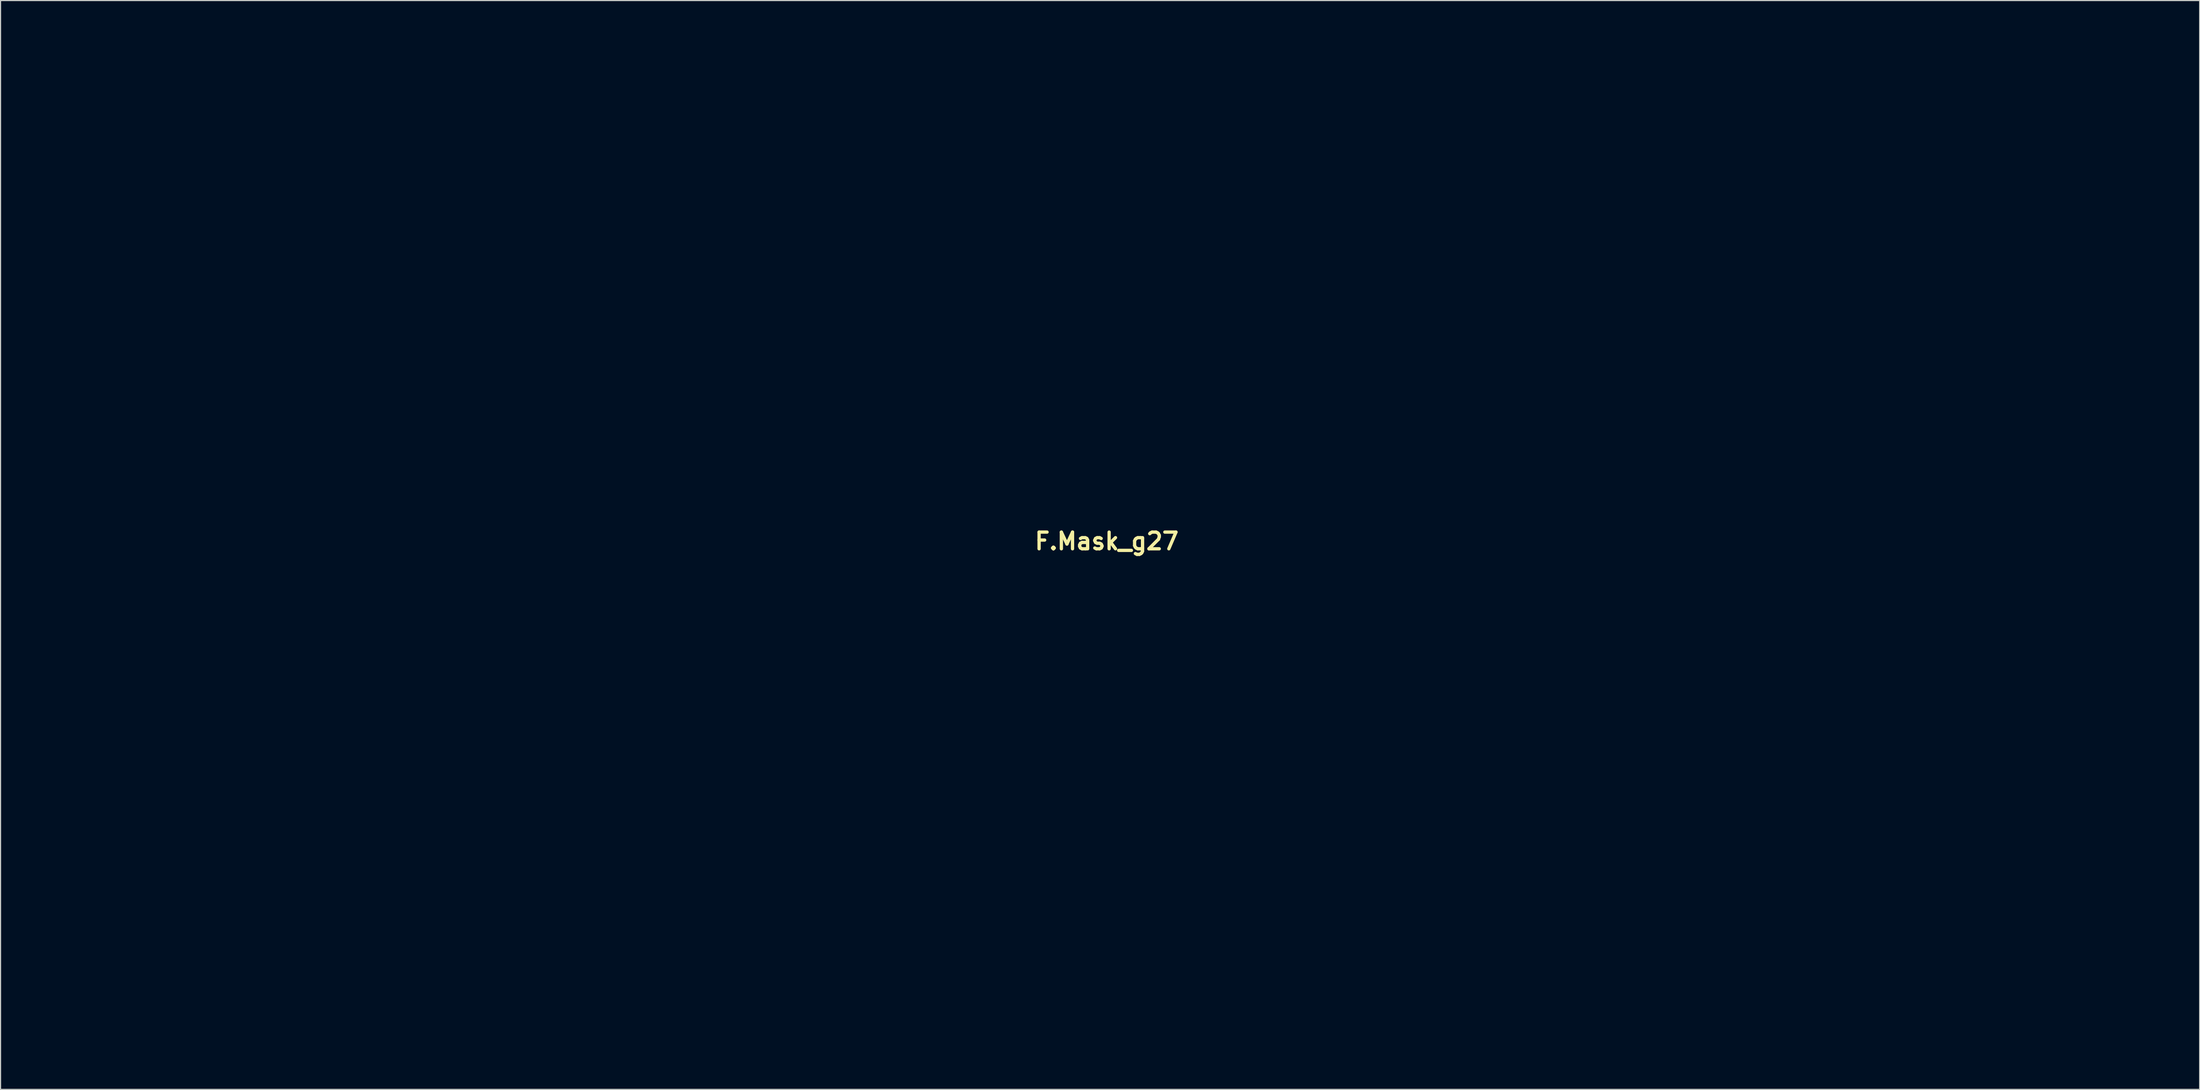
<source format=kicad_pcb>
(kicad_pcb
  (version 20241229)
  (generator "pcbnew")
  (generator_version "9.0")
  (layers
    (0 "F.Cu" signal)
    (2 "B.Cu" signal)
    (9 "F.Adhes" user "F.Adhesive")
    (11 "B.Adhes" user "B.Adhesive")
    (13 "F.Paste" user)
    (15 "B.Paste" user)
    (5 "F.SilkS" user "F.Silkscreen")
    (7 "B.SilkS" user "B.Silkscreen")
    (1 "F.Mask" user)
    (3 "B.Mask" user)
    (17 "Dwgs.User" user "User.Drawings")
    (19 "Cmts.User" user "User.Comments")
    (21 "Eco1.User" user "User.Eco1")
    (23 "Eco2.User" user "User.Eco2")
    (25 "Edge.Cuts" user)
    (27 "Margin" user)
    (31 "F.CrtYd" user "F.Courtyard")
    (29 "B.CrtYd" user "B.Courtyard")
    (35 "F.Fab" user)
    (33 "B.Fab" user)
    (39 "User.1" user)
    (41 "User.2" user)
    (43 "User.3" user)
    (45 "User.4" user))
  (footprint "F.Mask_g27"
    (layer "F.Cu")
    (at 97.869 46.332)
    (property "Reference" "F.Mask_g27" (at 0 0 0) (layer "F.SilkS") (effects (font (size 1.524 1.524) (thickness 0.3))))
    (attr through_hole)
    (fp_poly (pts (xy -50.299 -46.291) (xy -48.875 -46.214) (xy -47.448 -46.095) (xy -47.181 -46.068) (xy -45.872 -45.915) (xy -44.577 -45.729) (xy -43.294 -45.508) (xy -42.021 -45.252) (xy -40.755 -44.96) (xy -39.493 -44.632) (xy -38.233 -44.267) (xy -36.973 -43.864) (xy -35.711 -43.423) (xy -34.443 -42.943) (xy -33.167 -42.423) (xy -32.427 -42.105) (xy -31.296 -41.595) (xy -30.147 -41.049) (xy -28.983 -40.468) (xy -27.806 -39.854) (xy -26.619 -39.207) (xy -25.424 -38.53) (xy -24.224 -37.824) (xy -23.02 -37.089) (xy -21.815 -36.327) (xy -20.611 -35.541) (xy -19.411 -34.73) (xy -18.216 -33.897) (xy -17.178 -33.151) (xy -16.453 -32.618) (xy -15.738 -32.083) (xy -15.029 -31.544) (xy -14.324 -30.999) (xy -13.621 -30.446) (xy -12.918 -29.882) (xy -12.212 -29.307) (xy -11.5 -28.717) (xy -10.782 -28.112) (xy -10.054 -27.489) (xy -9.313 -26.846) (xy -8.558 -26.18) (xy -7.786 -25.492) (xy -6.995 -24.777) (xy -6.183 -24.034) (xy -5.346 -23.262) (xy -5.016 -22.955) (xy -4.931 -22.875) (xy -4.817 -22.769) (xy -4.68 -22.641) (xy -4.522 -22.494) (xy -4.347 -22.331) (xy -4.158 -22.155) (xy -3.959 -21.97) (xy -3.754 -21.779) (xy -3.546 -21.585) (xy -3.338 -21.391) (xy -3.323 -21.377) (xy -2.971 -21.049) (xy -2.649 -20.749) (xy -2.355 -20.475) (xy -2.089 -20.227) (xy -1.849 -20.003) (xy -1.633 -19.803) (xy -1.441 -19.624) (xy -1.271 -19.467) (xy -1.123 -19.33) (xy -0.994 -19.211) (xy -0.884 -19.109) (xy -0.792 -19.025) (xy -0.716 -18.955) (xy -0.654 -18.9) (xy -0.607 -18.858) (xy -0.572 -18.827) (xy -0.548 -18.808) (xy -0.535 -18.798) (xy -0.531 -18.796) (xy -0.497 -18.811) (xy -0.436 -18.855) (xy -0.348 -18.929) (xy -0.232 -19.033) (xy -0.088 -19.168) (xy 0.083 -19.332) (xy 0.282 -19.527) (xy 0.51 -19.753) (xy 0.766 -20.01) (xy 0.934 -20.179) (xy 2.516 -21.752) (xy 4.11 -23.286) (xy 5.717 -24.779) (xy 7.337 -26.232) (xy 8.97 -27.645) (xy 10.616 -29.019) (xy 12.276 -30.352) (xy 13.949 -31.647) (xy 15.636 -32.902) (xy 17.336 -34.118) (xy 19.051 -35.295) (xy 19.526 -35.612) (xy 20.726 -36.398) (xy 21.905 -37.148) (xy 23.067 -37.863) (xy 24.212 -38.543) (xy 25.342 -39.19) (xy 26.459 -39.805) (xy 27.563 -40.387) (xy 28.658 -40.939) (xy 29.744 -41.46) (xy 30.822 -41.951) (xy 31.895 -42.414) (xy 32.964 -42.849) (xy 34.031 -43.257) (xy 35.096 -43.639) (xy 35.862 -43.898) (xy 37.199 -44.315) (xy 38.548 -44.693) (xy 39.908 -45.032) (xy 41.277 -45.332) (xy 42.655 -45.591) (xy 44.038 -45.811) (xy 45.426 -45.991) (xy 46.818 -46.13) (xy 48.21 -46.229) (xy 49.603 -46.288) (xy 50.994 -46.305) (xy 52.382 -46.281) (xy 53.764 -46.217) (xy 55.141 -46.111) (xy 55.15 -46.11) (xy 56.461 -45.971) (xy 57.778 -45.796) (xy 59.096 -45.588) (xy 60.41 -45.346) (xy 61.715 -45.071) (xy 63.006 -44.766) (xy 64.28 -44.429) (xy 65.532 -44.064) (xy 66.757 -43.67) (xy 66.973 -43.596) (xy 68.252 -43.137) (xy 69.504 -42.648) (xy 70.729 -42.125) (xy 71.93 -41.57) (xy 73.11 -40.981) (xy 74.269 -40.357) (xy 75.411 -39.696) (xy 76.536 -38.999) (xy 77.647 -38.263) (xy 78.348 -37.774) (xy 79.275 -37.093) (xy 80.181 -36.382) (xy 81.068 -35.639) (xy 81.936 -34.865) (xy 82.785 -34.057) (xy 83.617 -33.217) (xy 84.432 -32.342) (xy 85.231 -31.432) (xy 86.014 -30.486) (xy 86.782 -29.504) (xy 87.537 -28.484) (xy 88.278 -27.426) (xy 89.006 -26.329) (xy 89.723 -25.192) (xy 90.051 -24.653) (xy 90.52 -23.858) (xy 90.959 -23.085) (xy 91.372 -22.328) (xy 91.762 -21.582) (xy 92.13 -20.841) (xy 92.479 -20.1) (xy 92.813 -19.353) (xy 93.135 -18.595) (xy 93.346 -18.074) (xy 93.807 -16.859) (xy 94.236 -15.62) (xy 94.632 -14.359) (xy 94.994 -13.077) (xy 95.322 -11.779) (xy 95.615 -10.466) (xy 95.873 -9.141) (xy 96.094 -7.808) (xy 96.278 -6.468) (xy 96.425 -5.125) (xy 96.497 -4.286) (xy 96.534 -3.794) (xy 96.564 -3.32) (xy 96.59 -2.856) (xy 96.611 -2.394) (xy 96.628 -1.927) (xy 96.64 -1.447) (xy 96.648 -0.947) (xy 96.653 -0.419) (xy 96.654 0.053) (xy 96.652 0.541) (xy 96.649 0.995) (xy 96.643 1.426) (xy 96.634 1.84) (xy 96.622 2.248) (xy 96.607 2.657) (xy 96.588 3.076) (xy 96.565 3.515) (xy 96.538 3.982) (xy 96.519 4.297) (xy 96.409 5.725) (xy 96.262 7.134) (xy 96.078 8.523) (xy 95.856 9.894) (xy 95.596 11.247) (xy 95.298 12.583) (xy 94.963 13.903) (xy 94.588 15.206) (xy 94.175 16.495) (xy 93.724 17.77) (xy 93.233 19.03) (xy 92.703 20.278) (xy 92.134 21.514) (xy 91.525 22.738) (xy 90.947 23.823) (xy 90.248 25.057) (xy 89.528 26.255) (xy 88.785 27.417) (xy 88.019 28.545) (xy 87.23 29.64) (xy 86.416 30.701) (xy 85.578 31.73) (xy 84.715 32.727) (xy 83.826 33.694) (xy 82.91 34.63) (xy 81.967 35.536) (xy 80.997 36.414) (xy 80.465 36.874) (xy 79.535 37.637) (xy 78.573 38.372) (xy 77.578 39.08) (xy 76.552 39.761) (xy 75.493 40.415) (xy 74.402 41.041) (xy 73.279 41.64) (xy 72.123 42.211) (xy 70.936 42.756) (xy 69.716 43.273) (xy 68.463 43.763) (xy 67.178 44.225) (xy 65.861 44.661) (xy 64.512 45.069) (xy 64.421 45.096) (xy 63.041 45.471) (xy 61.663 45.806) (xy 60.283 46.099) (xy 58.901 46.351) (xy 57.512 46.562) (xy 56.116 46.734) (xy 54.708 46.866) (xy 53.7 46.936) (xy 53.261 46.959) (xy 52.795 46.977) (xy 52.306 46.992) (xy 51.801 47.001) (xy 51.287 47.007) (xy 50.769 47.008) (xy 50.254 47.005) (xy 49.748 46.997) (xy 49.258 46.986) (xy 48.789 46.97) (xy 48.347 46.95) (xy 47.94 46.925) (xy 47.816 46.917) (xy 47.33 46.88) (xy 46.88 46.843) (xy 46.458 46.806) (xy 46.059 46.768) (xy 45.675 46.729) (xy 45.299 46.687) (xy 44.925 46.642) (xy 44.546 46.593) (xy 44.155 46.539) (xy 43.963 46.512) (xy 42.811 46.332) (xy 41.663 46.122) (xy 40.517 45.882) (xy 39.371 45.612) (xy 38.226 45.31) (xy 37.079 44.977) (xy 35.929 44.611) (xy 34.776 44.213) (xy 33.617 43.782) (xy 32.452 43.317) (xy 31.28 42.818) (xy 30.098 42.285) (xy 28.907 41.717) (xy 27.705 41.113) (xy 26.49 40.473) (xy 25.262 39.797) (xy 24.018 39.084) (xy 22.759 38.334) (xy 21.818 37.755) (xy 20.154 36.695) (xy 18.502 35.594) (xy 16.863 34.454) (xy 15.237 33.273) (xy 13.624 32.053) (xy 12.025 30.793) (xy 10.439 29.493) (xy 8.868 28.155) (xy 7.853 27.264) (xy 7.635 27.069) (xy 7.421 26.878) (xy 7.21 26.688) (xy 6.999 26.498) (xy 6.787 26.305) (xy 6.573 26.109) (xy 6.353 25.908) (xy 6.127 25.699) (xy 5.892 25.481) (xy 5.647 25.253) (xy 5.389 25.012) (xy 5.117 24.757) (xy 4.829 24.485) (xy 4.522 24.196) (xy 4.196 23.888) (xy 3.848 23.558) (xy 3.477 23.205) (xy 3.08 22.827) (xy 2.655 22.423) (xy 2.371 22.152) (xy 2.026 21.823) (xy 1.71 21.522) (xy 1.422 21.248) (xy 1.161 21) (xy 0.926 20.776) (xy 0.714 20.575) (xy 0.525 20.396) (xy 0.358 20.238) (xy 0.211 20.099) (xy 0.083 19.978) (xy -0.028 19.875) (xy -0.122 19.787) (xy -0.201 19.714) (xy -0.267 19.653) (xy -0.32 19.606) (xy -0.362 19.568) (xy -0.395 19.541) (xy -0.395 19.541) (xy -0.525 19.433) (xy -1.781 20.621) (xy -2.29 21.101) (xy -2.769 21.554) (xy -3.221 21.981) (xy -3.646 22.382) (xy -4.046 22.759) (xy -4.423 23.114) (xy -4.778 23.447) (xy -5.112 23.761) (xy -5.427 24.056) (xy -5.723 24.333) (xy -6.004 24.595) (xy -6.27 24.842) (xy -6.522 25.075) (xy -6.762 25.297) (xy -6.991 25.508) (xy -7.211 25.709) (xy -7.424 25.903) (xy -7.63 26.089) (xy -7.831 26.271) (xy -8.028 26.448) (xy -8.224 26.622) (xy -8.419 26.795) (xy -8.614 26.968) (xy -8.812 27.142) (xy -9.013 27.319) (xy -9.144 27.433) (xy -10.582 28.67) (xy -12.017 29.868) (xy -13.454 31.027) (xy -14.894 32.151) (xy -16.341 33.241) (xy -17.796 34.299) (xy -19.264 35.328) (xy -20.746 36.329) (xy -22.246 37.305) (xy -23.029 37.8) (xy -24.097 38.458) (xy -25.164 39.094) (xy -26.23 39.706) (xy -27.289 40.294) (xy -28.339 40.856) (xy -29.376 41.388) (xy -30.398 41.89) (xy -31.4 42.361) (xy -31.863 42.57) (xy -33.155 43.128) (xy -34.438 43.646) (xy -35.715 44.125) (xy -36.989 44.565) (xy -38.261 44.967) (xy -39.536 45.332) (xy -40.815 45.661) (xy -42.1 45.954) (xy -43.394 46.213) (xy -44.318 46.375) (xy -44.879 46.465) (xy -45.423 46.547) (xy -45.959 46.621) (xy -46.492 46.688) (xy -47.029 46.749) (xy -47.577 46.803) (xy -48.142 46.853) (xy -48.732 46.899) (xy -49.352 46.941) (xy -49.837 46.971) (xy -49.938 46.975) (xy -50.076 46.979) (xy -50.248 46.983) (xy -50.449 46.987) (xy -50.674 46.99) (xy -50.92 46.993) (xy -51.18 46.996) (xy -51.452 46.998) (xy -51.73 46.999) (xy -52.011 47.001) (xy -52.289 47.001) (xy -52.56 47.002) (xy -52.82 47.001) (xy -53.064 47.001) (xy -53.287 46.999) (xy -53.486 46.997) (xy -53.656 46.995) (xy -53.792 46.992) (xy -53.859 46.989) (xy -55.317 46.908) (xy -56.768 46.785) (xy -58.211 46.62) (xy -59.645 46.414) (xy -61.072 46.166) (xy -62.49 45.876) (xy -63.901 45.546) (xy -65.303 45.173) (xy -66.696 44.759) (xy -68.081 44.304) (xy -69.458 43.808) (xy -70.826 43.27) (xy -72.186 42.69) (xy -73.536 42.069) (xy -74.422 41.637) (xy -75.402 41.131) (xy -76.356 40.602) (xy -77.285 40.05) (xy -78.195 39.471) (xy -79.087 38.863) (xy -79.967 38.224) (xy -80.837 37.551) (xy -81.701 36.841) (xy -82.562 36.093) (xy -82.951 35.741) (xy -83.08 35.622) (xy -83.233 35.476) (xy -83.407 35.309) (xy -83.596 35.125) (xy -83.796 34.927) (xy -84.003 34.722) (xy -84.212 34.513) (xy -84.419 34.305) (xy -84.619 34.102) (xy -84.808 33.909) (xy -84.981 33.73) (xy -85.133 33.57) (xy -85.261 33.433) (xy -85.282 33.411) (xy -86.2 32.379) (xy -87.091 31.319) (xy -87.957 30.227) (xy -88.798 29.103) (xy -89.616 27.945) (xy -90.412 26.752) (xy -90.702 26.3) (xy -91.402 25.161) (xy -92.062 24.016) (xy -92.683 22.862) (xy -93.267 21.695) (xy -93.815 20.513) (xy -94.329 19.312) (xy -94.81 18.089) (xy -94.825 18.051) (xy -95.264 16.829) (xy -95.668 15.589) (xy -96.037 14.329) (xy -96.373 13.05) (xy -96.675 11.749) (xy -96.942 10.425) (xy -97.177 9.078) (xy -97.379 7.705) (xy -97.502 6.71) (xy -97.556 6.232) (xy -97.604 5.771) (xy -97.648 5.318) (xy -97.687 4.868) (xy -97.723 4.41) (xy -97.756 3.939) (xy -97.787 3.447) (xy -97.816 2.925) (xy -97.837 2.519) (xy -97.842 2.376) (xy -97.847 2.195) (xy -97.852 1.982) (xy -97.855 1.74) (xy -97.858 1.475) (xy -97.861 1.191) (xy -97.862 0.893) (xy -97.863 0.585) (xy -97.864 0.273) (xy -97.864 -0.039) (xy -97.863 -0.101) (xy -69.308 -0.101) (xy -69.301 0.85) (xy -69.26 1.805) (xy -69.187 2.758) (xy -69.081 3.704) (xy -68.959 4.53) (xy -68.79 5.449) (xy -68.585 6.344) (xy -68.347 7.214) (xy -68.073 8.059) (xy -67.766 8.88) (xy -67.423 9.677) (xy -67.047 10.449) (xy -66.635 11.197) (xy -66.189 11.921) (xy -65.709 12.62) (xy -65.193 13.294) (xy -64.644 13.945) (xy -64.059 14.571) (xy -63.44 15.173) (xy -62.786 15.75) (xy -62.098 16.304) (xy -61.374 16.833) (xy -61.013 17.079) (xy -60.249 17.566) (xy -59.478 18.011) (xy -58.697 18.416) (xy -57.905 18.781) (xy -57.101 19.107) (xy -56.282 19.395) (xy -55.447 19.645) (xy -54.595 19.858) (xy -54.515 19.876) (xy -53.799 20.018) (xy -53.058 20.133) (xy -52.3 20.221) (xy -51.532 20.281) (xy -50.764 20.312) (xy -50.002 20.314) (xy -49.509 20.298) (xy -48.527 20.234) (xy -47.551 20.13) (xy -46.583 19.985) (xy -45.624 19.802) (xy -44.678 19.58) (xy -43.746 19.32) (xy -42.831 19.021) (xy -42.345 18.845) (xy -41.998 18.711) (xy -41.668 18.579) (xy -41.345 18.444) (xy -41.023 18.302) (xy -40.692 18.151) (xy -40.345 17.985) (xy -39.974 17.803) (xy -39.804 17.717) (xy -39.178 17.393) (xy -38.551 17.051) (xy -37.919 16.688) (xy -37.278 16.302) (xy -36.625 15.89) (xy -35.956 15.45) (xy -35.267 14.981) (xy -34.925 14.743) (xy -33.787 13.926) (xy -32.674 13.094) (xy -31.585 12.245) (xy -30.516 11.376) (xy -29.463 10.485) (xy -28.424 9.567) (xy -27.395 8.621) (xy -26.374 7.644) (xy -25.357 6.633) (xy -24.341 5.586) (xy -23.39 4.572) (xy -23.249 4.419) (xy -23.116 4.276) (xy -22.99 4.139) (xy -22.868 4.008) (xy -22.749 3.88) (xy -22.631 3.754) (xy -22.511 3.627) (xy -22.389 3.497) (xy -22.261 3.363) (xy -22.128 3.222) (xy -21.985 3.073) (xy -21.832 2.914) (xy -21.667 2.742) (xy -21.488 2.556) (xy -21.293 2.354) (xy -21.08 2.134) (xy -20.848 1.894) (xy -20.594 1.631) (xy -20.316 1.345) (xy -20.013 1.033) (xy -19.683 0.693) (xy -19.586 0.592) (xy -19.406 0.407) (xy 18.188 0.407) (xy 18.203 0.425) (xy 18.245 0.47) (xy 18.309 0.539) (xy 18.394 0.627) (xy 18.495 0.732) (xy 18.609 0.851) (xy 18.732 0.978) (xy 18.743 0.99) (xy 18.842 1.091) (xy 18.967 1.22) (xy 19.114 1.372) (xy 19.282 1.545) (xy 19.466 1.734) (xy 19.663 1.937) (xy 19.869 2.15) (xy 20.083 2.371) (xy 20.3 2.594) (xy 20.517 2.818) (xy 20.679 2.985) (xy 21.221 3.544) (xy 21.735 4.073) (xy 22.223 4.574) (xy 22.685 5.048) (xy 23.123 5.496) (xy 23.538 5.919) (xy 23.932 6.32) (xy 24.305 6.698) (xy 24.659 7.055) (xy 24.996 7.393) (xy 25.316 7.712) (xy 25.62 8.014) (xy 25.911 8.301) (xy 26.189 8.572) (xy 26.455 8.83) (xy 26.711 9.076) (xy 26.958 9.31) (xy 27.197 9.535) (xy 27.43 9.752) (xy 27.658 9.961) (xy 27.882 10.164) (xy 28.103 10.361) (xy 28.323 10.556) (xy 28.542 10.748) (xy 28.763 10.938) (xy 28.986 11.129) (xy 29.213 11.321) (xy 29.445 11.515) (xy 29.453 11.522) (xy 30.18 12.119) (xy 30.918 12.704) (xy 31.663 13.275) (xy 32.413 13.831) (xy 33.166 14.37) (xy 33.92 14.891) (xy 34.672 15.392) (xy 35.42 15.871) (xy 36.161 16.328) (xy 36.892 16.76) (xy 37.611 17.165) (xy 38.317 17.543) (xy 39.005 17.892) (xy 39.674 18.209) (xy 40.322 18.495) (xy 40.471 18.557) (xy 41.384 18.914) (xy 42.293 19.23) (xy 43.2 19.503) (xy 44.105 19.736) (xy 45.009 19.927) (xy 45.913 20.078) (xy 46.819 20.188) (xy 47.678 20.255) (xy 47.813 20.261) (xy 47.981 20.265) (xy 48.176 20.269) (xy 48.391 20.272) (xy 48.617 20.273) (xy 48.847 20.274) (xy 49.075 20.273) (xy 49.293 20.271) (xy 49.493 20.268) (xy 49.669 20.264) (xy 49.812 20.259) (xy 49.858 20.256) (xy 50.615 20.2) (xy 51.348 20.122) (xy 52.069 20.019) (xy 52.789 19.89) (xy 53.52 19.734) (xy 53.901 19.643) (xy 54.773 19.408) (xy 55.615 19.144) (xy 56.43 18.849) (xy 57.218 18.523) (xy 57.981 18.165) (xy 58.719 17.775) (xy 59.434 17.353) (xy 59.907 17.047) (xy 60.584 16.568) (xy 61.239 16.053) (xy 61.87 15.504) (xy 62.477 14.92) (xy 63.058 14.304) (xy 63.614 13.656) (xy 63.743 13.495) (xy 64.236 12.846) (xy 64.709 12.161) (xy 65.159 11.444) (xy 65.587 10.694) (xy 65.99 9.916) (xy 66.368 9.112) (xy 66.696 8.34) (xy 66.997 7.543) (xy 67.261 6.731) (xy 67.49 5.902) (xy 67.682 5.055) (xy 67.838 4.191) (xy 67.959 3.309) (xy 68.043 2.408) (xy 68.092 1.487) (xy 68.105 0.546) (xy 68.083 -0.415) (xy 68.024 -1.397) (xy 67.93 -2.401) (xy 67.801 -3.428) (xy 67.752 -3.757) (xy 67.595 -4.658) (xy 67.401 -5.539) (xy 67.17 -6.401) (xy 66.902 -7.242) (xy 66.597 -8.062) (xy 66.255 -8.862) (xy 65.877 -9.641) (xy 65.462 -10.399) (xy 65.01 -11.136) (xy 64.522 -11.852) (xy 63.997 -12.546) (xy 63.436 -13.218) (xy 63.343 -13.324) (xy 63.235 -13.443) (xy 63.102 -13.584) (xy 62.951 -13.74) (xy 62.788 -13.907) (xy 62.619 -14.076) (xy 62.45 -14.242) (xy 62.289 -14.399) (xy 62.141 -14.54) (xy 62.018 -14.654) (xy 61.346 -15.237) (xy 60.652 -15.787) (xy 59.938 -16.302) (xy 59.205 -16.782) (xy 58.456 -17.226) (xy 57.692 -17.632) (xy 56.914 -17.999) (xy 56.124 -18.328) (xy 55.325 -18.616) (xy 55.038 -18.709) (xy 54.194 -18.952) (xy 53.34 -19.156) (xy 52.476 -19.322) (xy 51.601 -19.448) (xy 50.714 -19.534) (xy 49.816 -19.582) (xy 48.904 -19.591) (xy 47.978 -19.56) (xy 47.038 -19.491) (xy 46.083 -19.383) (xy 45.112 -19.235) (xy 44.947 -19.207) (xy 44.221 -19.064) (xy 43.495 -18.892) (xy 42.766 -18.69) (xy 42.032 -18.456) (xy 41.292 -18.191) (xy 40.543 -17.893) (xy 39.784 -17.562) (xy 39.013 -17.197) (xy 38.228 -16.797) (xy 37.426 -16.361) (xy 36.616 -15.894) (xy 35.867 -15.443) (xy 35.128 -14.981) (xy 34.397 -14.506) (xy 33.672 -14.018) (xy 32.953 -13.515) (xy 32.236 -12.996) (xy 31.52 -12.458) (xy 30.803 -11.9) (xy 30.084 -11.322) (xy 29.361 -10.721) (xy 28.632 -10.096) (xy 27.895 -9.446) (xy 27.149 -8.769) (xy 26.391 -8.063) (xy 25.62 -7.328) (xy 24.835 -6.561) (xy 24.032 -5.762) (xy 23.212 -4.928) (xy 22.692 -4.392) (xy 22.495 -4.188) (xy 22.287 -3.971) (xy 22.068 -3.743) (xy 21.841 -3.505) (xy 21.608 -3.259) (xy 21.369 -3.008) (xy 21.127 -2.752) (xy 20.883 -2.495) (xy 20.639 -2.237) (xy 20.398 -1.981) (xy 20.16 -1.729) (xy 19.928 -1.481) (xy 19.702 -1.241) (xy 19.486 -1.01) (xy 19.28 -0.79) (xy 19.087 -0.582) (xy 18.907 -0.39) (xy 18.744 -0.213) (xy 18.598 -0.055) (xy 18.472 0.083) (xy 18.366 0.199) (xy 18.283 0.292) (xy 18.225 0.358) (xy 18.193 0.397) (xy 18.188 0.407) (xy -19.406 0.407) (xy -19.391 0.391) (xy -19.605 0.158) (xy -19.656 0.103) (xy -19.733 0.019) (xy -19.832 -0.09) (xy -19.951 -0.22) (xy -20.086 -0.367) (xy -20.235 -0.53) (xy -20.394 -0.704) (xy -20.561 -0.887) (xy -20.732 -1.074) (xy -20.804 -1.154) (xy -21.122 -1.502) (xy -21.414 -1.821) (xy -21.683 -2.115) (xy -21.93 -2.384) (xy -22.158 -2.632) (xy -22.369 -2.86) (xy -22.566 -3.073) (xy -22.752 -3.272) (xy -22.927 -3.459) (xy -23.096 -3.637) (xy -23.259 -3.809) (xy -23.42 -3.977) (xy -23.581 -4.144) (xy -23.745 -4.312) (xy -23.912 -4.483) (xy -24.087 -4.661) (xy -24.271 -4.847) (xy -24.467 -5.044) (xy -24.521 -5.098) (xy -25.148 -5.726) (xy -25.752 -6.323) (xy -26.338 -6.892) (xy -26.907 -7.438) (xy -27.464 -7.962) (xy -28.011 -8.469) (xy -28.553 -8.96) (xy -29.091 -9.439) (xy -29.631 -9.91) (xy -30.174 -10.375) (xy -30.639 -10.765) (xy -31.608 -11.557) (xy -32.583 -12.321) (xy -33.562 -13.056) (xy -34.541 -13.76) (xy -35.519 -14.431) (xy -36.492 -15.067) (xy -37.459 -15.667) (xy -38.416 -16.228) (xy -38.661 -16.366) (xy -39.579 -16.86) (xy -40.494 -17.311) (xy -41.408 -17.721) (xy -42.32 -18.089) (xy -43.231 -18.415) (xy -44.141 -18.699) (xy -45.051 -18.943) (xy -45.962 -19.145) (xy -46.874 -19.306) (xy -47.786 -19.426) (xy -48.027 -19.451) (xy -48.311 -19.477) (xy -48.572 -19.499) (xy -48.819 -19.515) (xy -49.062 -19.528) (xy -49.312 -19.536) (xy -49.577 -19.542) (xy -49.869 -19.544) (xy -50.07 -19.544) (xy -50.857 -19.531) (xy -51.626 -19.49) (xy -52.386 -19.422) (xy -53.145 -19.325) (xy -53.911 -19.199) (xy -54.692 -19.042) (xy -55.118 -18.945) (xy -55.965 -18.724) (xy -56.796 -18.464) (xy -57.609 -18.166) (xy -58.404 -17.83) (xy -59.179 -17.457) (xy -59.935 -17.048) (xy -60.669 -16.603) (xy -61.381 -16.122) (xy -62.07 -15.606) (xy -62.735 -15.056) (xy -63.375 -14.472) (xy -63.99 -13.855) (xy -64.578 -13.205) (xy -64.6 -13.179) (xy -65.16 -12.496) (xy -65.687 -11.786) (xy -66.182 -11.051) (xy -66.643 -10.292) (xy -67.069 -9.513) (xy -67.461 -8.714) (xy -67.816 -7.897) (xy -68.134 -7.064) (xy -68.415 -6.218) (xy -68.658 -5.358) (xy -68.861 -4.489) (xy -69.024 -3.61) (xy -69.129 -2.879) (xy -69.222 -1.971) (xy -69.281 -1.044) (xy -69.308 -0.101) (xy -97.863 -0.101) (xy -97.863 -0.347) (xy -97.861 -0.645) (xy -97.859 -0.929) (xy -97.856 -1.194) (xy -97.852 -1.436) (xy -97.847 -1.65) (xy -97.842 -1.83) (xy -97.837 -1.968) (xy -97.784 -2.946) (xy -97.72 -3.889) (xy -97.645 -4.801) (xy -97.558 -5.688) (xy -97.459 -6.557) (xy -97.347 -7.411) (xy -97.222 -8.258) (xy -97.102 -8.988) (xy -96.847 -10.354) (xy -96.552 -11.705) (xy -96.217 -13.042) (xy -95.843 -14.365) (xy -95.428 -15.674) (xy -94.974 -16.969) (xy -94.48 -18.249) (xy -93.946 -19.515) (xy -93.372 -20.768) (xy -92.758 -22.006) (xy -92.105 -23.23) (xy -91.411 -24.44) (xy -90.678 -25.636) (xy -89.904 -26.818) (xy -89.091 -27.986) (xy -88.237 -29.14) (xy -87.344 -30.281) (xy -86.411 -31.407) (xy -86.235 -31.612) (xy -85.591 -32.346) (xy -84.954 -33.043) (xy -84.318 -33.707) (xy -83.68 -34.343) (xy -83.036 -34.955) (xy -82.38 -35.546) (xy -81.709 -36.121) (xy -81.111 -36.611) (xy -80.147 -37.357) (xy -79.153 -38.076) (xy -78.128 -38.769) (xy -77.072 -39.434) (xy -75.983 -40.074) (xy -74.863 -40.687) (xy -73.71 -41.273) (xy -72.524 -41.835) (xy -71.305 -42.37) (xy -70.052 -42.88) (xy -69.854 -42.957) (xy -68.474 -43.469) (xy -67.093 -43.939) (xy -65.709 -44.367) (xy -64.323 -44.753) (xy -62.935 -45.096) (xy -61.544 -45.397) (xy -60.15 -45.656) (xy -58.753 -45.873) (xy -57.353 -46.048) (xy -55.95 -46.181) (xy -54.543 -46.271) (xy -53.132 -46.32) (xy -51.717 -46.327) (xy -50.299 -46.291)) (stroke (width 0.01) (type solid)) (fill yes) (layer "F.Mask")))
  (gr_rect
    (start -3 -3)
    (end 197.527 96.345)
    (stroke (width 0.1) (type default))
    (fill no)
    (layer "Edge.Cuts")))
</source>
